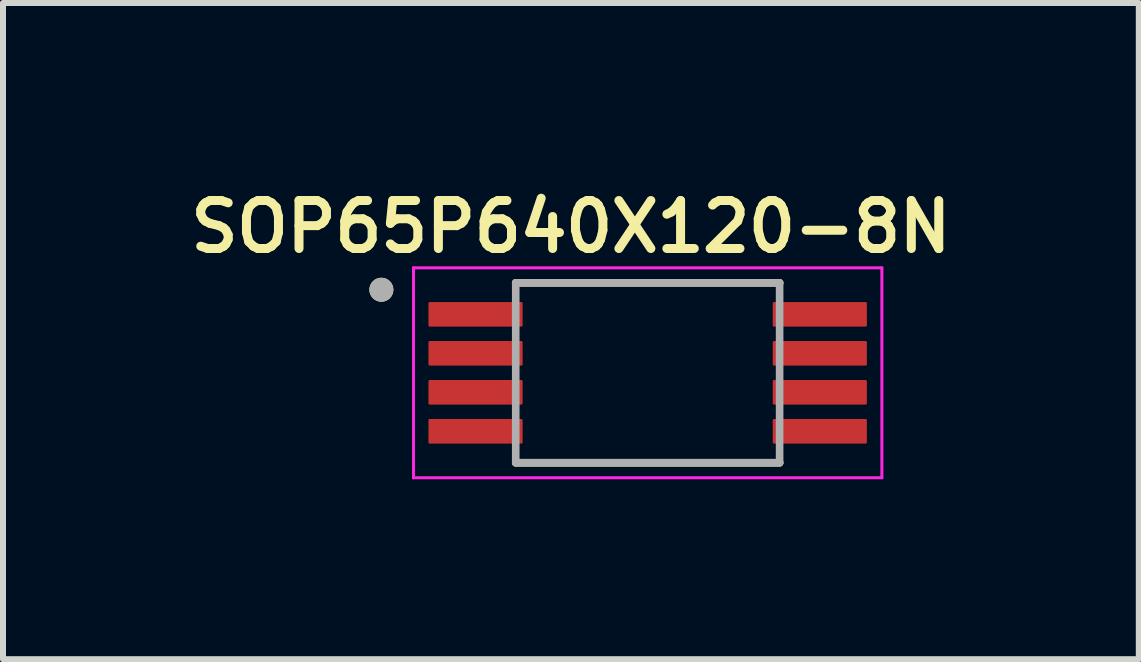
<source format=kicad_pcb>
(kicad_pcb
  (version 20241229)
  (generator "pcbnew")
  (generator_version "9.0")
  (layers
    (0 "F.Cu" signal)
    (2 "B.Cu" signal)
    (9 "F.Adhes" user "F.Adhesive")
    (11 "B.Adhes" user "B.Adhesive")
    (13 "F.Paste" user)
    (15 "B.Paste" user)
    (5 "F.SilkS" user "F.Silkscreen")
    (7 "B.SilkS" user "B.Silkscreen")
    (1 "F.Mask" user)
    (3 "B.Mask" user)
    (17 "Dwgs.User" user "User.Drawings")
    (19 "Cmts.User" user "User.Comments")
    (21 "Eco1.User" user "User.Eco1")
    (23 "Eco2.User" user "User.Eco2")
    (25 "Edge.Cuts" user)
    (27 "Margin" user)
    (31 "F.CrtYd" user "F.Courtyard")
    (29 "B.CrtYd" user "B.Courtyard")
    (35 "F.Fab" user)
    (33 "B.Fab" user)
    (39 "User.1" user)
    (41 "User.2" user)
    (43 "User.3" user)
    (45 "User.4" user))
  (footprint "SOP65P640X120-8N"
    (layer "F.Cu")
    (at 7.749 3.166)
    (property "Reference" "SOP65P640X120-8N" (at -1.28 -2.435 0) (layer "F.SilkS") (effects (font (size 0.8 0.8) (thickness 0.15))))
    (attr through_hole)
    (fp_line (start -2.2 -1.5) (end 2.2 -1.5) (stroke (width 0.127) (type solid)) (layer "F.SilkS"))
    (fp_line (start -2.2 1.5) (end 2.2 1.5) (stroke (width 0.127) (type solid)) (layer "F.SilkS"))
    (fp_circle (center -4.44 -1.385) (end -4.34 -1.385) (stroke (width 0.2) (type solid)) (fill no) (layer "F.SilkS"))
    (fp_line (start -3.905 -1.75) (end -3.905 1.75) (stroke (width 0.05) (type solid)) (layer "F.CrtYd"))
    (fp_line (start -3.905 -1.75) (end 3.905 -1.75) (stroke (width 0.05) (type solid)) (layer "F.CrtYd"))
    (fp_line (start -3.905 1.75) (end 3.905 1.75) (stroke (width 0.05) (type solid)) (layer "F.CrtYd"))
    (fp_line (start 3.905 -1.75) (end 3.905 1.75) (stroke (width 0.05) (type solid)) (layer "F.CrtYd"))
    (fp_line (start -2.2 -1.5) (end -2.2 1.5) (stroke (width 0.127) (type solid)) (layer "F.Fab"))
    (fp_line (start -2.2 -1.5) (end 2.2 -1.5) (stroke (width 0.127) (type solid)) (layer "F.Fab"))
    (fp_line (start -2.2 1.5) (end 2.2 1.5) (stroke (width 0.127) (type solid)) (layer "F.Fab"))
    (fp_line (start 2.2 -1.5) (end 2.2 1.5) (stroke (width 0.127) (type solid)) (layer "F.Fab"))
    (fp_circle (center -4.44 -1.385) (end -4.34 -1.385) (stroke (width 0.2) (type solid)) (fill no) (layer "F.Fab"))
    (pad "1" smd roundrect (at -2.87 -0.975) (size 1.57 0.41) (layers "F.Cu" "F.Mask" "F.Paste") (roundrect_rratio 0.05))
    (pad "2" smd roundrect (at -2.87 -0.325) (size 1.57 0.41) (layers "F.Cu" "F.Mask" "F.Paste") (roundrect_rratio 0.05))
    (pad "3" smd roundrect (at -2.87 0.325) (size 1.57 0.41) (layers "F.Cu" "F.Mask" "F.Paste") (roundrect_rratio 0.05))
    (pad "4" smd roundrect (at -2.87 0.975) (size 1.57 0.41) (layers "F.Cu" "F.Mask" "F.Paste") (roundrect_rratio 0.05))
    (pad "5" smd roundrect (at 2.87 0.975) (size 1.57 0.41) (layers "F.Cu" "F.Mask" "F.Paste") (roundrect_rratio 0.05))
    (pad "6" smd roundrect (at 2.87 0.325) (size 1.57 0.41) (layers "F.Cu" "F.Mask" "F.Paste") (roundrect_rratio 0.05))
    (pad "7" smd roundrect (at 2.87 -0.325) (size 1.57 0.41) (layers "F.Cu" "F.Mask" "F.Paste") (roundrect_rratio 0.05))
    (pad "8" smd roundrect (at 2.87 -0.975) (size 1.57 0.41) (layers "F.Cu" "F.Mask" "F.Paste") (roundrect_rratio 0.05)))
  (gr_rect
    (start -3 -3)
    (end 15.938 7.941)
    (stroke (width 0.1) (type default))
    (fill no)
    (layer "Edge.Cuts")))
</source>
